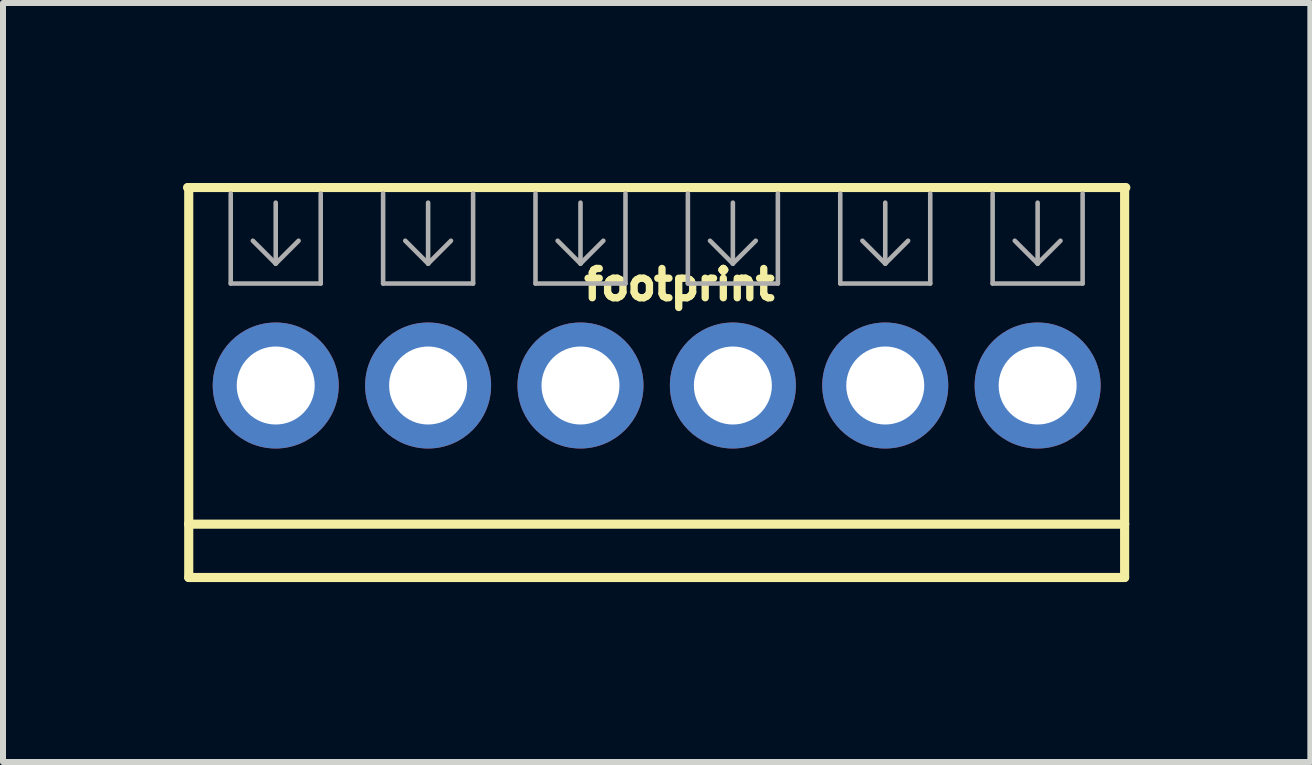
<source format=kicad_pcb>
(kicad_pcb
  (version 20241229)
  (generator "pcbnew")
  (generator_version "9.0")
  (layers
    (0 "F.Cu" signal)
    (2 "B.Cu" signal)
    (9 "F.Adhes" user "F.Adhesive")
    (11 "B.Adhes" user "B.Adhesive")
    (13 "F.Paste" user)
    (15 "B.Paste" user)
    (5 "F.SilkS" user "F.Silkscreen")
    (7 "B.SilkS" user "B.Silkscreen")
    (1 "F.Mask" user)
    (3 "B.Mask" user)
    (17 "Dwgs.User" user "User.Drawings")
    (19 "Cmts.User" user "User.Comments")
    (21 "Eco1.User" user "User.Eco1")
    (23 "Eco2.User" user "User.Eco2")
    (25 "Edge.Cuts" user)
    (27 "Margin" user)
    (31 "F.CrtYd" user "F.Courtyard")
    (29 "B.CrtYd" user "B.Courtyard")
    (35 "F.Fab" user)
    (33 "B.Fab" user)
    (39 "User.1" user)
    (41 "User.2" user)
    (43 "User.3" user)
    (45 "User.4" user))
  (footprint "footprint"
    (layer "F.Cu")
    (at 7.896 3.376)
    (property "Reference" "footprint" (at -1.27 -1.397 0) (layer "F.SilkS") (effects (font (size 0.488 0.488) (thickness 0.122)) (justify left bottom)))
    (fp_line (start -7.82 -3.3) (end -7.8 -3.3) (stroke (width 0.152) (type solid)) (layer "F.SilkS"))
    (fp_line (start -7.8 -3.3) (end 7.8 -3.3) (stroke (width 0.152) (type solid)) (layer "F.SilkS"))
    (fp_line (start -7.8 2.311) (end -7.8 -3.3) (stroke (width 0.152) (type solid)) (layer "F.SilkS"))
    (fp_line (start -7.8 2.311) (end 7.8 2.311) (stroke (width 0.152) (type solid)) (layer "F.SilkS"))
    (fp_line (start -7.8 3.2) (end -7.8 2.311) (stroke (width 0.152) (type solid)) (layer "F.SilkS"))
    (fp_line (start -7.8 3.2) (end 7.8 3.2) (stroke (width 0.152) (type solid)) (layer "F.SilkS"))
    (fp_line (start 7.8 -3.3) (end 7.82 -3.3) (stroke (width 0.152) (type solid)) (layer "F.SilkS"))
    (fp_line (start 7.8 2.311) (end 7.8 -3.3) (stroke (width 0.152) (type solid)) (layer "F.SilkS"))
    (fp_line (start 7.8 3.2) (end 7.8 2.311) (stroke (width 0.152) (type solid)) (layer "F.SilkS"))
    (fp_line (start -7.1 -1.7) (end -7.1 -3.2) (stroke (width 0.076) (type solid)) (layer "F.Fab"))
    (fp_line (start -6.35 -3.048) (end -6.35 -2.032) (stroke (width 0.076) (type solid)) (layer "F.Fab"))
    (fp_line (start -6.35 -2.032) (end -6.731 -2.413) (stroke (width 0.076) (type solid)) (layer "F.Fab"))
    (fp_line (start -6.35 -2.032) (end -5.969 -2.413) (stroke (width 0.076) (type solid)) (layer "F.Fab"))
    (fp_line (start -5.6 -1.7) (end -7.1 -1.7) (stroke (width 0.076) (type solid)) (layer "F.Fab"))
    (fp_line (start -5.6 -1.7) (end -5.6 -3.2) (stroke (width 0.076) (type solid)) (layer "F.Fab"))
    (fp_line (start -4.56 -1.7) (end -4.56 -3.2) (stroke (width 0.076) (type solid)) (layer "F.Fab"))
    (fp_line (start -3.81 -3.048) (end -3.81 -2.032) (stroke (width 0.076) (type solid)) (layer "F.Fab"))
    (fp_line (start -3.81 -2.032) (end -4.191 -2.413) (stroke (width 0.076) (type solid)) (layer "F.Fab"))
    (fp_line (start -3.81 -2.032) (end -3.429 -2.413) (stroke (width 0.076) (type solid)) (layer "F.Fab"))
    (fp_line (start -3.06 -1.7) (end -4.56 -1.7) (stroke (width 0.076) (type solid)) (layer "F.Fab"))
    (fp_line (start -3.06 -1.7) (end -3.06 -3.2) (stroke (width 0.076) (type solid)) (layer "F.Fab"))
    (fp_line (start -2.02 -1.7) (end -2.02 -3.2) (stroke (width 0.076) (type solid)) (layer "F.Fab"))
    (fp_line (start -1.27 -3.048) (end -1.27 -2.032) (stroke (width 0.076) (type solid)) (layer "F.Fab"))
    (fp_line (start -1.27 -2.032) (end -1.651 -2.413) (stroke (width 0.076) (type solid)) (layer "F.Fab"))
    (fp_line (start -1.27 -2.032) (end -0.889 -2.413) (stroke (width 0.076) (type solid)) (layer "F.Fab"))
    (fp_line (start -0.52 -1.7) (end -2.02 -1.7) (stroke (width 0.076) (type solid)) (layer "F.Fab"))
    (fp_line (start -0.52 -1.7) (end -0.52 -3.2) (stroke (width 0.076) (type solid)) (layer "F.Fab"))
    (fp_line (start 0.52 -1.7) (end 0.52 -3.2) (stroke (width 0.076) (type solid)) (layer "F.Fab"))
    (fp_line (start 1.27 -3.048) (end 1.27 -2.032) (stroke (width 0.076) (type solid)) (layer "F.Fab"))
    (fp_line (start 1.27 -2.032) (end 0.889 -2.413) (stroke (width 0.076) (type solid)) (layer "F.Fab"))
    (fp_line (start 1.27 -2.032) (end 1.651 -2.413) (stroke (width 0.076) (type solid)) (layer "F.Fab"))
    (fp_line (start 2.02 -1.7) (end 0.52 -1.7) (stroke (width 0.076) (type solid)) (layer "F.Fab"))
    (fp_line (start 2.02 -1.7) (end 2.02 -3.2) (stroke (width 0.076) (type solid)) (layer "F.Fab"))
    (fp_line (start 3.06 -1.7) (end 3.06 -3.2) (stroke (width 0.076) (type solid)) (layer "F.Fab"))
    (fp_line (start 3.81 -3.048) (end 3.81 -2.032) (stroke (width 0.076) (type solid)) (layer "F.Fab"))
    (fp_line (start 3.81 -2.032) (end 3.429 -2.413) (stroke (width 0.076) (type solid)) (layer "F.Fab"))
    (fp_line (start 3.81 -2.032) (end 4.191 -2.413) (stroke (width 0.076) (type solid)) (layer "F.Fab"))
    (fp_line (start 4.56 -1.7) (end 3.06 -1.7) (stroke (width 0.076) (type solid)) (layer "F.Fab"))
    (fp_line (start 4.56 -1.7) (end 4.56 -3.2) (stroke (width 0.076) (type solid)) (layer "F.Fab"))
    (fp_line (start 5.6 -1.7) (end 5.6 -3.2) (stroke (width 0.076) (type solid)) (layer "F.Fab"))
    (fp_line (start 6.35 -3.048) (end 6.35 -2.032) (stroke (width 0.076) (type solid)) (layer "F.Fab"))
    (fp_line (start 6.35 -2.032) (end 5.969 -2.413) (stroke (width 0.076) (type solid)) (layer "F.Fab"))
    (fp_line (start 6.35 -2.032) (end 6.731 -2.413) (stroke (width 0.076) (type solid)) (layer "F.Fab"))
    (fp_line (start 7.1 -1.7) (end 5.6 -1.7) (stroke (width 0.076) (type solid)) (layer "F.Fab"))
    (fp_line (start 7.1 -1.7) (end 7.1 -3.2) (stroke (width 0.076) (type solid)) (layer "F.Fab"))
    (pad "1" thru_hole circle (at -6.35 0 90) (size 2.1 2.1) (drill 1.3) (layers "*.Cu" "*.Mask"))
    (pad "2" thru_hole circle (at -3.81 0 90) (size 2.1 2.1) (drill 1.3) (layers "*.Cu" "*.Mask"))
    (pad "3" thru_hole circle (at -1.27 0 90) (size 2.1 2.1) (drill 1.3) (layers "*.Cu" "*.Mask"))
    (pad "4" thru_hole circle (at 1.27 0 90) (size 2.1 2.1) (drill 1.3) (layers "*.Cu" "*.Mask"))
    (pad "5" thru_hole circle (at 3.81 0 90) (size 2.1 2.1) (drill 1.3) (layers "*.Cu" "*.Mask"))
    (pad "6" thru_hole circle (at 6.35 0 90) (size 2.1 2.1) (drill 1.3) (layers "*.Cu" "*.Mask")))
  (gr_rect
    (start -3 -3)
    (end 18.792 9.652)
    (stroke (width 0.1) (type default))
    (fill no)
    (layer "Edge.Cuts")))
</source>
